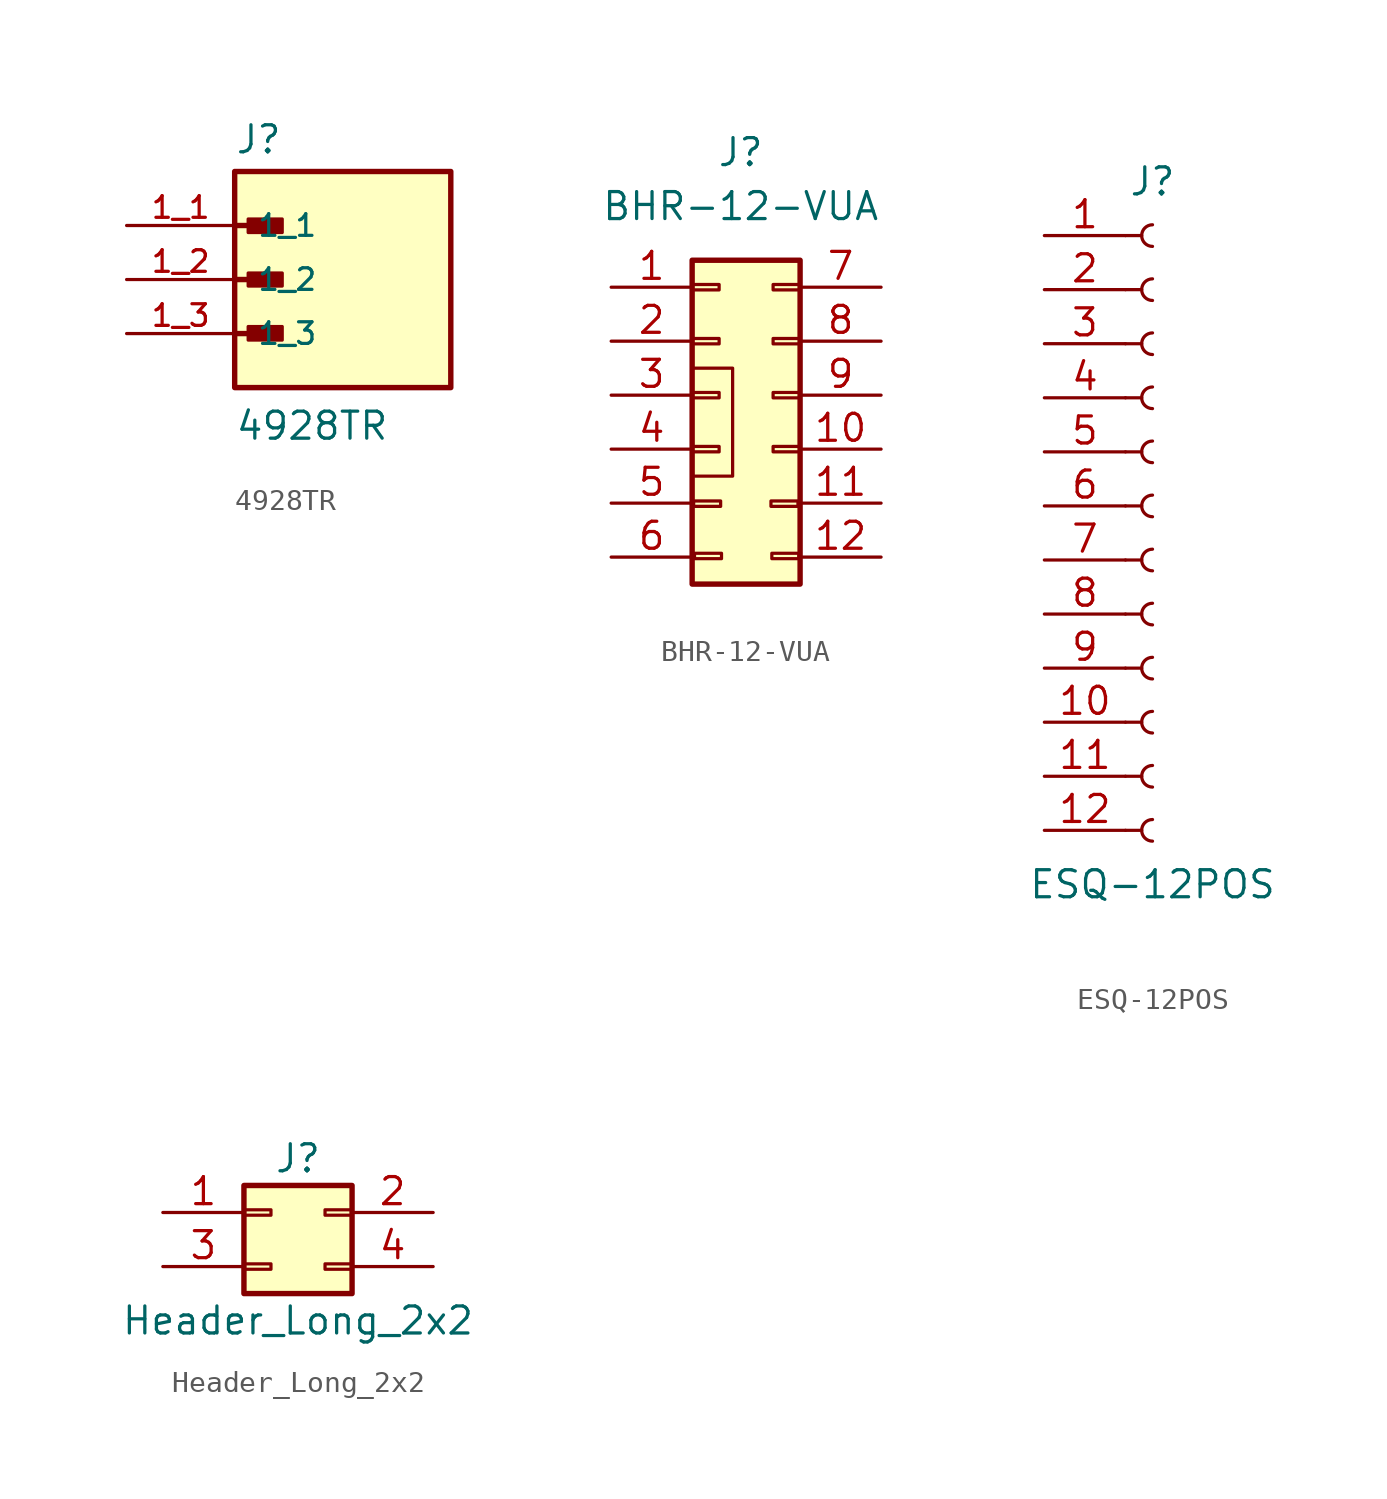
<source format=kicad_sym>
(kicad_symbol_lib
  (version 20231120)
  (generator "kicad_symbol_editor")
  (generator_version "8.0")
  (symbol "4928TR"
    (pin_names
      (offset 1.016))
    (property "Reference" "J"
      (at -5.08 5.842 0)
      (effects (font (size 1.27 1.27)) (justify left bottom)))
    (property "Value" "4928TR"
      (at -5.08 -7.62 0)
      (effects (font (size 1.27 1.27)) (justify left bottom)))
    (symbol "4928TR_0_0"
      (rectangle (start -5.08 -5.08) (end 5.08 5.08) (stroke (width 0.254) (type default)) (fill (type background)))
      (rectangle (start -4.445 -2.845) (end -2.845 -2.21) (stroke (width 0) (type default)) (fill (type outline)))
      (rectangle (start -4.445 -0.305) (end -2.845 0.305) (stroke (width 0) (type default)) (fill (type outline)))
      (rectangle (start -4.445 2.21) (end -2.845 2.845) (stroke (width 0) (type default)) (fill (type outline)))
      (polyline (pts (xy -5.08 -2.54) (xy -3.175 -2.54)) (stroke (width 0.254) (type default)) (fill (type none)))
      (polyline (pts (xy -5.08 0) (xy -3.175 0)) (stroke (width 0.254) (type default)) (fill (type none)))
      (polyline (pts (xy -5.08 2.54) (xy -3.175 2.54)) (stroke (width 0.254) (type default)) (fill (type none)))
      (pin passive line (at -10.16 2.54 0) (length 5.08) (name "1_1" (effects (font (size 1.016 1.016)))) (number "1_1" (effects (font (size 1.016 1.016)))))
      (pin passive line (at -10.16 0 0) (length 5.08) (name "1_2" (effects (font (size 1.016 1.016)))) (number "1_2" (effects (font (size 1.016 1.016)))))
      (pin passive line (at -10.16 -2.54 0) (length 5.08) (name "1_3" (effects (font (size 1.016 1.016)))) (number "1_3" (effects (font (size 1.016 1.016)))))))
  (symbol "BHR-12-VUA"
    (pin_names
      (offset 1.016) hide)
    (property "Reference" "J"
      (at 1.016 11.43 0)
      (effects (font (size 1.27 1.27))))
    (property "Value" "BHR-12-VUA"
      (at 1.016 8.89 0)
      (effects (font (size 1.27 1.27))))
    (symbol "BHR-12-VUA_0_1"
      (rectangle (start -1.27 1.27) (end 0.635 -3.81) (stroke (width 0) (type default)) (fill (type none))))
    (symbol "BHR-12-VUA_1_1"
      (rectangle (start -1.27 -2.413) (end 0 -2.667) (stroke (width 0.152) (type default)) (fill (type none)))
      (rectangle (start -1.27 6.35) (end 3.81 -8.89) (stroke (width 0.254) (type default)) (fill (type background)))
      (rectangle (start -1.199 -4.979) (end 0.071 -5.233) (stroke (width 0.152) (type default)) (fill (type none)))
      (rectangle (start -1.158 -7.44) (end 0.112 -7.694) (stroke (width 0.152) (type default)) (fill (type none)))
      (rectangle (start 0 -0.127) (end -1.27 0.127) (stroke (width 0.152) (type default)) (fill (type none)))
      (rectangle (start 0 2.413) (end -1.27 2.667) (stroke (width 0.152) (type default)) (fill (type none)))
      (rectangle (start 0 4.953) (end -1.27 5.207) (stroke (width 0.152) (type default)) (fill (type none)))
      (rectangle (start 2.439 -4.979) (end 3.709 -5.233) (stroke (width 0.152) (type default)) (fill (type none)))
      (rectangle (start 2.48 -7.44) (end 3.75 -7.694) (stroke (width 0.152) (type default)) (fill (type none)))
      (rectangle (start 2.54 -2.667) (end 3.81 -2.413) (stroke (width 0.152) (type default)) (fill (type none)))
      (rectangle (start 2.54 -0.127) (end 3.81 0.127) (stroke (width 0.152) (type default)) (fill (type none)))
      (rectangle (start 2.54 2.413) (end 3.81 2.667) (stroke (width 0.152) (type default)) (fill (type none)))
      (rectangle (start 2.54 4.953) (end 3.81 5.207) (stroke (width 0.152) (type default)) (fill (type none)))
      (pin passive line (at -5.08 5.08 0) (length 3.81) (name "Pin_1" (effects (font (size 1.27 1.27)))) (number "1" (effects (font (size 1.27 1.27)))))
      (pin passive line (at 7.62 -2.54 180) (length 3.81) (name "Pin_10" (effects (font (size 1.27 1.27)))) (number "10" (effects (font (size 1.27 1.27)))))
      (pin passive line (at 7.62 -5.08 180) (length 3.81) (name "Pin_11" (effects (font (size 1.27 1.27)))) (number "11" (effects (font (size 1.27 1.27)))))
      (pin passive line (at 7.62 -7.62 180) (length 3.81) (name "Pin_12" (effects (font (size 1.27 1.27)))) (number "12" (effects (font (size 1.27 1.27)))))
      (pin passive line (at -5.08 2.54 0) (length 3.81) (name "Pin_2" (effects (font (size 1.27 1.27)))) (number "2" (effects (font (size 1.27 1.27)))))
      (pin passive line (at -5.08 0 0) (length 3.81) (name "Pin_3" (effects (font (size 1.27 1.27)))) (number "3" (effects (font (size 1.27 1.27)))))
      (pin passive line (at -5.08 -2.54 0) (length 3.81) (name "Pin_4" (effects (font (size 1.27 1.27)))) (number "4" (effects (font (size 1.27 1.27)))))
      (pin passive line (at -5.08 -5.08 0) (length 3.81) (name "Pin_5" (effects (font (size 1.27 1.27)))) (number "5" (effects (font (size 1.27 1.27)))))
      (pin passive line (at -5.08 -7.62 0) (length 3.81) (name "Pin_6" (effects (font (size 1.27 1.27)))) (number "6" (effects (font (size 1.27 1.27)))))
      (pin passive line (at 7.62 5.08 180) (length 3.81) (name "Pin_7" (effects (font (size 1.27 1.27)))) (number "7" (effects (font (size 1.27 1.27)))))
      (pin passive line (at 7.62 2.54 180) (length 3.81) (name "Pin_8" (effects (font (size 1.27 1.27)))) (number "8" (effects (font (size 1.27 1.27)))))
      (pin passive line (at 7.62 0 180) (length 3.81) (name "Pin_9" (effects (font (size 1.27 1.27)))) (number "9" (effects (font (size 1.27 1.27)))))))
  (symbol "ESQ-12POS"
    (pin_names
      (offset 1.016) hide)
    (property "Reference" "J"
      (at 0 15.24 0)
      (effects (font (size 1.27 1.27))))
    (property "Value" "ESQ-12POS"
      (at 0 -17.78 0)
      (effects (font (size 1.27 1.27))))
    (symbol "ESQ-12POS_1_1"
      (arc (start 0 -14.732) (mid -0.5058 -15.24) (end 0 -15.748) (stroke (width 0.1524) (type default)) (fill (type none)))
      (arc (start 0 -12.192) (mid -0.5058 -12.7) (end 0 -13.208) (stroke (width 0.1524) (type default)) (fill (type none)))
      (arc (start 0 -9.652) (mid -0.5058 -10.16) (end 0 -10.668) (stroke (width 0.1524) (type default)) (fill (type none)))
      (arc (start 0 -7.112) (mid -0.5058 -7.62) (end 0 -8.128) (stroke (width 0.1524) (type default)) (fill (type none)))
      (arc (start 0 -4.572) (mid -0.5058 -5.08) (end 0 -5.588) (stroke (width 0.1524) (type default)) (fill (type none)))
      (arc (start 0 -2.032) (mid -0.5058 -2.54) (end 0 -3.048) (stroke (width 0.1524) (type default)) (fill (type none)))
      (polyline (pts (xy -1.27 -15.24) (xy -0.508 -15.24)) (stroke (width 0.152) (type default)) (fill (type none)))
      (polyline (pts (xy -1.27 -12.7) (xy -0.508 -12.7)) (stroke (width 0.152) (type default)) (fill (type none)))
      (polyline (pts (xy -1.27 -10.16) (xy -0.508 -10.16)) (stroke (width 0.152) (type default)) (fill (type none)))
      (polyline (pts (xy -1.27 -7.62) (xy -0.508 -7.62)) (stroke (width 0.152) (type default)) (fill (type none)))
      (polyline (pts (xy -1.27 -5.08) (xy -0.508 -5.08)) (stroke (width 0.152) (type default)) (fill (type none)))
      (polyline (pts (xy -1.27 -2.54) (xy -0.508 -2.54)) (stroke (width 0.152) (type default)) (fill (type none)))
      (polyline (pts (xy -1.27 0) (xy -0.508 0)) (stroke (width 0.152) (type default)) (fill (type none)))
      (polyline (pts (xy -1.27 2.54) (xy -0.508 2.54)) (stroke (width 0.152) (type default)) (fill (type none)))
      (polyline (pts (xy -1.27 5.08) (xy -0.508 5.08)) (stroke (width 0.152) (type default)) (fill (type none)))
      (polyline (pts (xy -1.27 7.62) (xy -0.508 7.62)) (stroke (width 0.152) (type default)) (fill (type none)))
      (polyline (pts (xy -1.27 10.16) (xy -0.508 10.16)) (stroke (width 0.152) (type default)) (fill (type none)))
      (polyline (pts (xy -1.27 12.7) (xy -0.508 12.7)) (stroke (width 0.152) (type default)) (fill (type none)))
      (arc (start 0 0.508) (mid -0.5058 0) (end 0 -0.508) (stroke (width 0.1524) (type default)) (fill (type none)))
      (arc (start 0 3.048) (mid -0.5058 2.54) (end 0 2.032) (stroke (width 0.1524) (type default)) (fill (type none)))
      (arc (start 0 5.588) (mid -0.5058 5.08) (end 0 4.572) (stroke (width 0.1524) (type default)) (fill (type none)))
      (arc (start 0 8.128) (mid -0.5058 7.62) (end 0 7.112) (stroke (width 0.1524) (type default)) (fill (type none)))
      (arc (start 0 10.668) (mid -0.5058 10.16) (end 0 9.652) (stroke (width 0.1524) (type default)) (fill (type none)))
      (arc (start 0 13.208) (mid -0.5058 12.7) (end 0 12.192) (stroke (width 0.1524) (type default)) (fill (type none)))
      (pin passive line (at -5.08 12.7 0) (length 3.81) (name "Pin_1" (effects (font (size 1.27 1.27)))) (number "1" (effects (font (size 1.27 1.27)))))
      (pin passive line (at -5.08 -10.16 0) (length 3.81) (name "Pin_10" (effects (font (size 1.27 1.27)))) (number "10" (effects (font (size 1.27 1.27)))))
      (pin passive line (at -5.08 -12.7 0) (length 3.81) (name "Pin_11" (effects (font (size 1.27 1.27)))) (number "11" (effects (font (size 1.27 1.27)))))
      (pin passive line (at -5.08 -15.24 0) (length 3.81) (name "Pin_12" (effects (font (size 1.27 1.27)))) (number "12" (effects (font (size 1.27 1.27)))))
      (pin passive line (at -5.08 10.16 0) (length 3.81) (name "Pin_2" (effects (font (size 1.27 1.27)))) (number "2" (effects (font (size 1.27 1.27)))))
      (pin passive line (at -5.08 7.62 0) (length 3.81) (name "Pin_3" (effects (font (size 1.27 1.27)))) (number "3" (effects (font (size 1.27 1.27)))))
      (pin passive line (at -5.08 5.08 0) (length 3.81) (name "Pin_4" (effects (font (size 1.27 1.27)))) (number "4" (effects (font (size 1.27 1.27)))))
      (pin passive line (at -5.08 2.54 0) (length 3.81) (name "Pin_5" (effects (font (size 1.27 1.27)))) (number "5" (effects (font (size 1.27 1.27)))))
      (pin passive line (at -5.08 0 0) (length 3.81) (name "Pin_6" (effects (font (size 1.27 1.27)))) (number "6" (effects (font (size 1.27 1.27)))))
      (pin passive line (at -5.08 -2.54 0) (length 3.81) (name "Pin_7" (effects (font (size 1.27 1.27)))) (number "7" (effects (font (size 1.27 1.27)))))
      (pin passive line (at -5.08 -5.08 0) (length 3.81) (name "Pin_8" (effects (font (size 1.27 1.27)))) (number "8" (effects (font (size 1.27 1.27)))))
      (pin passive line (at -5.08 -7.62 0) (length 3.81) (name "Pin_9" (effects (font (size 1.27 1.27)))) (number "9" (effects (font (size 1.27 1.27)))))))
  (symbol "Header_Long_2x2"
    (pin_names
      (offset 1.016) hide)
    (property "Reference" "J"
      (at 1.27 2.54 0)
      (effects (font (size 1.27 1.27))))
    (property "Value" "Header_Long_2x2"
      (at 1.27 -5.08 0)
      (effects (font (size 1.27 1.27))))
    (symbol "Header_Long_2x2_1_1"
      (rectangle (start -1.27 -2.413) (end 0 -2.667) (stroke (width 0.152) (type default)) (fill (type none)))
      (rectangle (start -1.27 0.127) (end 0 -0.127) (stroke (width 0.152) (type default)) (fill (type none)))
      (rectangle (start -1.27 1.27) (end 3.81 -3.81) (stroke (width 0.254) (type default)) (fill (type background)))
      (rectangle (start 3.81 -2.413) (end 2.54 -2.667) (stroke (width 0.152) (type default)) (fill (type none)))
      (rectangle (start 3.81 0.127) (end 2.54 -0.127) (stroke (width 0.152) (type default)) (fill (type none)))
      (pin passive line (at -5.08 0 0) (length 3.81) (name "Pin_1" (effects (font (size 1.27 1.27)))) (number "1" (effects (font (size 1.27 1.27)))))
      (pin passive line (at 7.62 0 180) (length 3.81) (name "Pin_2" (effects (font (size 1.27 1.27)))) (number "2" (effects (font (size 1.27 1.27)))))
      (pin passive line (at -5.08 -2.54 0) (length 3.81) (name "Pin_3" (effects (font (size 1.27 1.27)))) (number "3" (effects (font (size 1.27 1.27)))))
      (pin passive line (at 7.62 -2.54 180) (length 3.81) (name "Pin_4" (effects (font (size 1.27 1.27)))) (number "4" (effects (font (size 1.27 1.27))))))))
</source>
